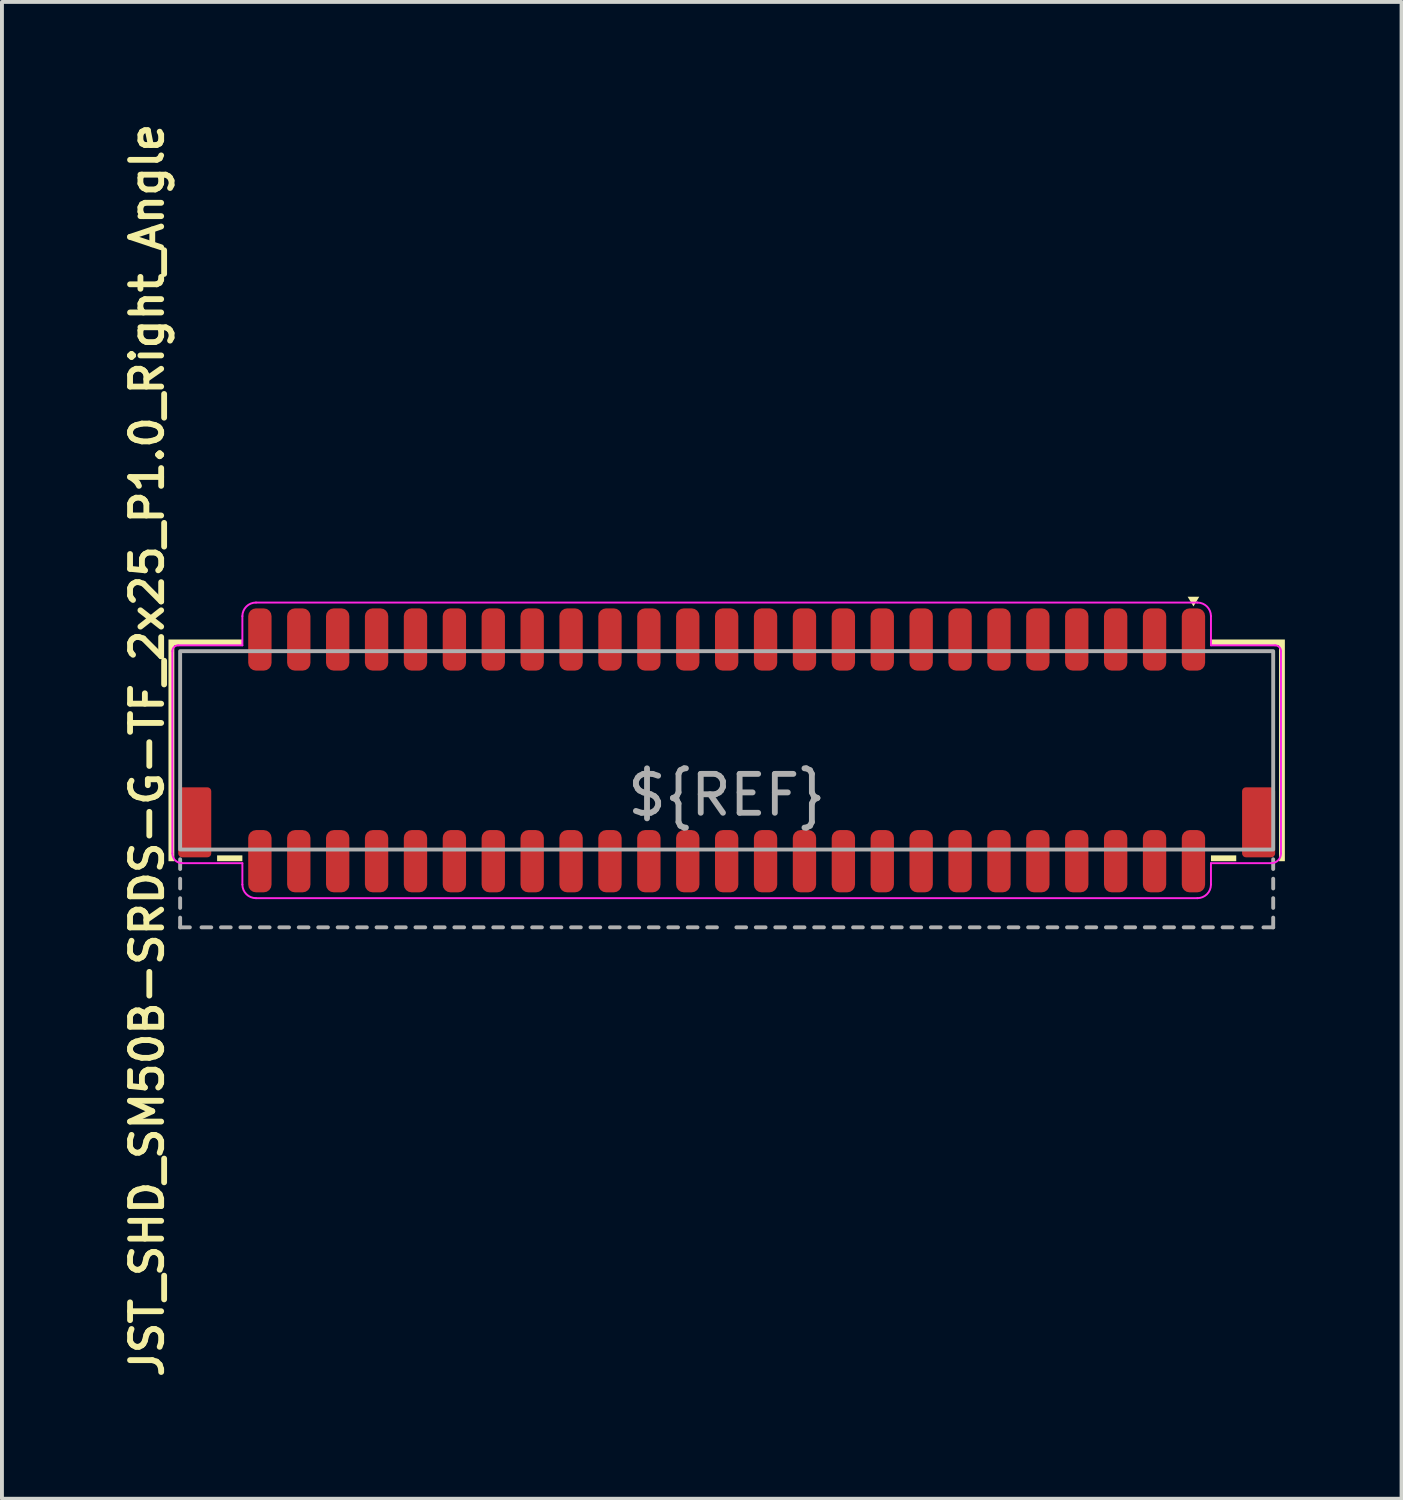
<source format=kicad_pcb>
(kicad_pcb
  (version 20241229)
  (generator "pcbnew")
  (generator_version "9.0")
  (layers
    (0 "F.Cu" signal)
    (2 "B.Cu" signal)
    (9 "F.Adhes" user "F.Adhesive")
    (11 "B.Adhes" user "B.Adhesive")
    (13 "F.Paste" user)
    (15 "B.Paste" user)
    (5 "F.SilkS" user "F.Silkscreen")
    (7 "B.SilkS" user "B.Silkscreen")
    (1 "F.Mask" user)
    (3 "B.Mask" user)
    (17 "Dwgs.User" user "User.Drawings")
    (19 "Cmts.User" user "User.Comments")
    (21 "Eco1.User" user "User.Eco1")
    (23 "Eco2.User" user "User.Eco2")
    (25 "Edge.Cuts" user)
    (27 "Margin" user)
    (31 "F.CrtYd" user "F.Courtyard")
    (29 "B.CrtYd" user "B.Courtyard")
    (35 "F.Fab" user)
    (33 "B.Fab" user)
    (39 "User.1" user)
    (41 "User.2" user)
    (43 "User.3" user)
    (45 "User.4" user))
  (footprint "JST_SHD_SM50B-SRDS-G-TF_2x25_P1.0_Right_Angle"
    (layer "F.Cu")
    (at 15.631 16.24)
    (property "Reference" "JST_SHD_SM50B-SRDS-G-TF_2x25_P1.0_Right_Angle" (at -14.9 0 90) (unlocked yes) (layer "F.SilkS") (effects (font (size 0.8 0.8) (thickness 0.15))))
    (attr through_hole)
    (fp_poly (pts (xy 12 -3.7) (xy 11.85 -3.95) (xy 12.15 -3.95)) (stroke (width 0) (type solid)) (fill yes) (layer "F.SilkS"))
    (fp_poly (pts (xy -12.45 2.85) (xy -13.1 2.85) (xy -13.1 2.7) (xy -12.45 2.7)) (stroke (width 0) (type solid)) (fill yes) (layer "F.SilkS"))
    (fp_poly (pts (xy 13.1 2.85) (xy 12.45 2.85) (xy 12.45 2.7) (xy 13.1 2.7)) (stroke (width 0) (type solid)) (fill yes) (layer "F.SilkS"))
    (fp_poly (pts (xy -14.35 2.85) (xy -14.2 2.85) (xy -14.2 -2.7) (xy -12.45 -2.7) (xy -12.45 -2.85) (xy -14.35 -2.85)) (stroke (width 0) (type solid)) (fill yes) (layer "F.SilkS"))
    (fp_poly (pts (xy 14.35 2.85) (xy 14.2 2.85) (xy 14.2 -2.7) (xy 12.45 -2.7) (xy 12.45 -2.85) (xy 14.35 -2.85)) (stroke (width 0) (type solid)) (fill yes) (layer "F.SilkS"))
    (fp_line (start -14.25 2.65) (end -14.25 -2.55) (stroke (width 0.05) (type solid)) (layer "F.CrtYd"))
    (fp_line (start -14 2.9) (end -12.45 2.9) (stroke (width 0.05) (type solid)) (layer "F.CrtYd"))
    (fp_line (start -12.45 -3.45) (end -12.45 -2.7) (stroke (width 0.05) (type solid)) (layer "F.CrtYd"))
    (fp_line (start -12.45 -2.7) (end -14.1 -2.7) (stroke (width 0.05) (type solid)) (layer "F.CrtYd"))
    (fp_line (start -12.45 2.9) (end -12.45 3.45) (stroke (width 0.05) (type solid)) (layer "F.CrtYd"))
    (fp_line (start -12.1 -3.8) (end 12.1 -3.8) (stroke (width 0.05) (type solid)) (layer "F.CrtYd"))
    (fp_line (start -12.1 3.8) (end 12.1 3.8) (stroke (width 0.05) (type solid)) (layer "F.CrtYd"))
    (fp_line (start 12.45 -2.7) (end 12.45 -3.45) (stroke (width 0.05) (type solid)) (layer "F.CrtYd"))
    (fp_line (start 12.45 2.9) (end 14 2.9) (stroke (width 0.05) (type solid)) (layer "F.CrtYd"))
    (fp_line (start 12.45 3.45) (end 12.45 2.9) (stroke (width 0.05) (type solid)) (layer "F.CrtYd"))
    (fp_line (start 14.1 -2.7) (end 12.45 -2.7) (stroke (width 0.05) (type solid)) (layer "F.CrtYd"))
    (fp_line (start 14.25 2.65) (end 14.25 -2.55) (stroke (width 0.05) (type solid)) (layer "F.CrtYd"))
    (fp_arc (start -14.25 -2.55) (mid -14.206066 -2.656066) (end -14.1 -2.7) (stroke (width 0.05) (type solid)) (layer "F.CrtYd"))
    (fp_arc (start -14 2.9) (mid -14.176777 2.826777) (end -14.25 2.65) (stroke (width 0.05) (type solid)) (layer "F.CrtYd"))
    (fp_arc (start -12.45 -3.45) (mid -12.347487 -3.697487) (end -12.1 -3.8) (stroke (width 0.05) (type solid)) (layer "F.CrtYd"))
    (fp_arc (start -12.1 3.8) (mid -12.347487 3.697487) (end -12.45 3.45) (stroke (width 0.05) (type solid)) (layer "F.CrtYd"))
    (fp_arc (start 12.1 -3.8) (mid 12.347487 -3.697487) (end 12.45 -3.45) (stroke (width 0.05) (type solid)) (layer "F.CrtYd"))
    (fp_arc (start 12.45 3.45) (mid 12.347487 3.697487) (end 12.1 3.8) (stroke (width 0.05) (type solid)) (layer "F.CrtYd"))
    (fp_arc (start 14.1 -2.7) (mid 14.206066 -2.656066) (end 14.25 -2.55) (stroke (width 0.05) (type solid)) (layer "F.CrtYd"))
    (fp_arc (start 14.25 2.65) (mid 14.176777 2.826777) (end 14 2.9) (stroke (width 0.05) (type solid)) (layer "F.CrtYd"))
    (fp_line (start -14.05 2.8) (end -14.05 3.05) (stroke (width 0.1) (type solid)) (layer "F.Fab"))
    (fp_line (start -14.05 3.3) (end -14.05 3.55) (stroke (width 0.1) (type solid)) (layer "F.Fab"))
    (fp_line (start -14.05 3.8) (end -14.05 4.05) (stroke (width 0.1) (type solid)) (layer "F.Fab"))
    (fp_line (start -14.05 4.3) (end -14.05 4.55) (stroke (width 0.1) (type solid)) (layer "F.Fab"))
    (fp_line (start -14.05 4.55) (end -13.8 4.55) (stroke (width 0.1) (type solid)) (layer "F.Fab"))
    (fp_line (start -13.5 4.55) (end -13.25 4.55) (stroke (width 0.1) (type solid)) (layer "F.Fab"))
    (fp_line (start -13 4.55) (end -12.75 4.55) (stroke (width 0.1) (type solid)) (layer "F.Fab"))
    (fp_line (start -12.5 4.55) (end -12.25 4.55) (stroke (width 0.1) (type solid)) (layer "F.Fab"))
    (fp_line (start -12 4.55) (end -11.75 4.55) (stroke (width 0.1) (type solid)) (layer "F.Fab"))
    (fp_line (start -11.5 4.55) (end -11.25 4.55) (stroke (width 0.1) (type solid)) (layer "F.Fab"))
    (fp_line (start -11 4.55) (end -10.75 4.55) (stroke (width 0.1) (type solid)) (layer "F.Fab"))
    (fp_line (start -10.5 4.55) (end -10.25 4.55) (stroke (width 0.1) (type solid)) (layer "F.Fab"))
    (fp_line (start -10 4.55) (end -9.75 4.55) (stroke (width 0.1) (type solid)) (layer "F.Fab"))
    (fp_line (start -9.5 4.55) (end -9.25 4.55) (stroke (width 0.1) (type solid)) (layer "F.Fab"))
    (fp_line (start -9 4.55) (end -8.75 4.55) (stroke (width 0.1) (type solid)) (layer "F.Fab"))
    (fp_line (start -8.5 4.55) (end -8.25 4.55) (stroke (width 0.1) (type solid)) (layer "F.Fab"))
    (fp_line (start -8 4.55) (end -7.75 4.55) (stroke (width 0.1) (type solid)) (layer "F.Fab"))
    (fp_line (start -7.5 4.55) (end -7.25 4.55) (stroke (width 0.1) (type solid)) (layer "F.Fab"))
    (fp_line (start -7 4.55) (end -6.75 4.55) (stroke (width 0.1) (type solid)) (layer "F.Fab"))
    (fp_line (start -6.5 4.55) (end -6.25 4.55) (stroke (width 0.1) (type solid)) (layer "F.Fab"))
    (fp_line (start -6 4.55) (end -5.75 4.55) (stroke (width 0.1) (type solid)) (layer "F.Fab"))
    (fp_line (start -5.5 4.55) (end -5.25 4.55) (stroke (width 0.1) (type solid)) (layer "F.Fab"))
    (fp_line (start -5 4.55) (end -4.75 4.55) (stroke (width 0.1) (type solid)) (layer "F.Fab"))
    (fp_line (start -4.5 4.55) (end -4.25 4.55) (stroke (width 0.1) (type solid)) (layer "F.Fab"))
    (fp_line (start -4 4.55) (end -3.75 4.55) (stroke (width 0.1) (type solid)) (layer "F.Fab"))
    (fp_line (start -3.5 4.55) (end -3.25 4.55) (stroke (width 0.1) (type solid)) (layer "F.Fab"))
    (fp_line (start -3 4.55) (end -2.75 4.55) (stroke (width 0.1) (type solid)) (layer "F.Fab"))
    (fp_line (start -2.5 4.55) (end -2.25 4.55) (stroke (width 0.1) (type solid)) (layer "F.Fab"))
    (fp_line (start -2 4.55) (end -1.75 4.55) (stroke (width 0.1) (type solid)) (layer "F.Fab"))
    (fp_line (start -1.5 4.55) (end -1.25 4.55) (stroke (width 0.1) (type solid)) (layer "F.Fab"))
    (fp_line (start -1 4.55) (end -0.75 4.55) (stroke (width 0.1) (type solid)) (layer "F.Fab"))
    (fp_line (start -0.5 4.55) (end -0.25 4.55) (stroke (width 0.1) (type solid)) (layer "F.Fab"))
    (fp_line (start 0.25 4.55) (end 0.5 4.55) (stroke (width 0.1) (type solid)) (layer "F.Fab"))
    (fp_line (start 0.75 4.55) (end 1 4.55) (stroke (width 0.1) (type solid)) (layer "F.Fab"))
    (fp_line (start 1.25 4.55) (end 1.5 4.55) (stroke (width 0.1) (type solid)) (layer "F.Fab"))
    (fp_line (start 1.75 4.55) (end 2 4.55) (stroke (width 0.1) (type solid)) (layer "F.Fab"))
    (fp_line (start 2.25 4.55) (end 2.5 4.55) (stroke (width 0.1) (type solid)) (layer "F.Fab"))
    (fp_line (start 2.75 4.55) (end 3 4.55) (stroke (width 0.1) (type solid)) (layer "F.Fab"))
    (fp_line (start 3.25 4.55) (end 3.5 4.55) (stroke (width 0.1) (type solid)) (layer "F.Fab"))
    (fp_line (start 3.75 4.55) (end 4 4.55) (stroke (width 0.1) (type solid)) (layer "F.Fab"))
    (fp_line (start 4.25 4.55) (end 4.5 4.55) (stroke (width 0.1) (type solid)) (layer "F.Fab"))
    (fp_line (start 4.75 4.55) (end 5 4.55) (stroke (width 0.1) (type solid)) (layer "F.Fab"))
    (fp_line (start 5.25 4.55) (end 5.5 4.55) (stroke (width 0.1) (type solid)) (layer "F.Fab"))
    (fp_line (start 5.75 4.55) (end 6 4.55) (stroke (width 0.1) (type solid)) (layer "F.Fab"))
    (fp_line (start 6.25 4.55) (end 6.5 4.55) (stroke (width 0.1) (type solid)) (layer "F.Fab"))
    (fp_line (start 6.75 4.55) (end 7 4.55) (stroke (width 0.1) (type solid)) (layer "F.Fab"))
    (fp_line (start 7.25 4.55) (end 7.5 4.55) (stroke (width 0.1) (type solid)) (layer "F.Fab"))
    (fp_line (start 7.75 4.55) (end 8 4.55) (stroke (width 0.1) (type solid)) (layer "F.Fab"))
    (fp_line (start 8.25 4.55) (end 8.5 4.55) (stroke (width 0.1) (type solid)) (layer "F.Fab"))
    (fp_line (start 8.75 4.55) (end 9 4.55) (stroke (width 0.1) (type solid)) (layer "F.Fab"))
    (fp_line (start 9.25 4.55) (end 9.5 4.55) (stroke (width 0.1) (type solid)) (layer "F.Fab"))
    (fp_line (start 9.75 4.55) (end 10 4.55) (stroke (width 0.1) (type solid)) (layer "F.Fab"))
    (fp_line (start 10.25 4.55) (end 10.5 4.55) (stroke (width 0.1) (type solid)) (layer "F.Fab"))
    (fp_line (start 10.75 4.55) (end 11 4.55) (stroke (width 0.1) (type solid)) (layer "F.Fab"))
    (fp_line (start 11.25 4.55) (end 11.5 4.55) (stroke (width 0.1) (type solid)) (layer "F.Fab"))
    (fp_line (start 11.75 4.55) (end 12 4.55) (stroke (width 0.1) (type solid)) (layer "F.Fab"))
    (fp_line (start 12.25 4.55) (end 12.5 4.55) (stroke (width 0.1) (type solid)) (layer "F.Fab"))
    (fp_line (start 12.75 4.55) (end 13 4.55) (stroke (width 0.1) (type solid)) (layer "F.Fab"))
    (fp_line (start 13.25 4.55) (end 13.5 4.55) (stroke (width 0.1) (type solid)) (layer "F.Fab"))
    (fp_line (start 14.05 2.8) (end 14.05 3.05) (stroke (width 0.1) (type solid)) (layer "F.Fab"))
    (fp_line (start 14.05 3.3) (end 14.05 3.55) (stroke (width 0.1) (type solid)) (layer "F.Fab"))
    (fp_line (start 14.05 3.8) (end 14.05 4.05) (stroke (width 0.1) (type solid)) (layer "F.Fab"))
    (fp_line (start 14.05 4.3) (end 14.05 4.55) (stroke (width 0.1) (type solid)) (layer "F.Fab"))
    (fp_line (start 14.05 4.55) (end 13.8 4.55) (stroke (width 0.1) (type solid)) (layer "F.Fab"))
    (fp_rect (start -14.05 2.55) (end 14.05 -2.55) (stroke (width 0.1) (type solid)) (fill no) (layer "F.Fab"))
    (fp_text user "${REF}" (at 0 1.15 0) (unlocked yes) (layer "F.Fab") (effects (font (size 1 1) (thickness 0.15))))
    (pad "1" smd roundrect (at 12 -2.85) (size 0.6 1.6) (layers "F.Cu" "F.Mask" "F.Paste") (roundrect_rratio 0.333))
    (pad "2" smd roundrect (at 12 2.85) (size 0.6 1.6) (layers "F.Cu" "F.Mask" "F.Paste") (roundrect_rratio 0.333))
    (pad "3" smd roundrect (at 11 -2.85) (size 0.6 1.6) (layers "F.Cu" "F.Mask" "F.Paste") (roundrect_rratio 0.333))
    (pad "4" smd roundrect (at 11 2.85) (size 0.6 1.6) (layers "F.Cu" "F.Mask" "F.Paste") (roundrect_rratio 0.333))
    (pad "5" smd roundrect (at 10 -2.85) (size 0.6 1.6) (layers "F.Cu" "F.Mask" "F.Paste") (roundrect_rratio 0.333))
    (pad "6" smd roundrect (at 10 2.85) (size 0.6 1.6) (layers "F.Cu" "F.Mask" "F.Paste") (roundrect_rratio 0.333))
    (pad "7" smd roundrect (at 9 -2.85) (size 0.6 1.6) (layers "F.Cu" "F.Mask" "F.Paste") (roundrect_rratio 0.333))
    (pad "8" smd roundrect (at 9 2.85) (size 0.6 1.6) (layers "F.Cu" "F.Mask" "F.Paste") (roundrect_rratio 0.333))
    (pad "9" smd roundrect (at 8 -2.85) (size 0.6 1.6) (layers "F.Cu" "F.Mask" "F.Paste") (roundrect_rratio 0.333))
    (pad "10" smd roundrect (at 8 2.85) (size 0.6 1.6) (layers "F.Cu" "F.Mask" "F.Paste") (roundrect_rratio 0.333))
    (pad "11" smd roundrect (at 7 -2.85) (size 0.6 1.6) (layers "F.Cu" "F.Mask" "F.Paste") (roundrect_rratio 0.333))
    (pad "12" smd roundrect (at 7 2.85) (size 0.6 1.6) (layers "F.Cu" "F.Mask" "F.Paste") (roundrect_rratio 0.333))
    (pad "13" smd roundrect (at 6 -2.85) (size 0.6 1.6) (layers "F.Cu" "F.Mask" "F.Paste") (roundrect_rratio 0.333))
    (pad "14" smd roundrect (at 6 2.85) (size 0.6 1.6) (layers "F.Cu" "F.Mask" "F.Paste") (roundrect_rratio 0.333))
    (pad "15" smd roundrect (at 5 -2.85) (size 0.6 1.6) (layers "F.Cu" "F.Mask" "F.Paste") (roundrect_rratio 0.333))
    (pad "16" smd roundrect (at 5 2.85) (size 0.6 1.6) (layers "F.Cu" "F.Mask" "F.Paste") (roundrect_rratio 0.333))
    (pad "17" smd roundrect (at 4 -2.85) (size 0.6 1.6) (layers "F.Cu" "F.Mask" "F.Paste") (roundrect_rratio 0.333))
    (pad "18" smd roundrect (at 4 2.85) (size 0.6 1.6) (layers "F.Cu" "F.Mask" "F.Paste") (roundrect_rratio 0.333))
    (pad "19" smd roundrect (at 3 -2.85) (size 0.6 1.6) (layers "F.Cu" "F.Mask" "F.Paste") (roundrect_rratio 0.333))
    (pad "20" smd roundrect (at 3 2.85) (size 0.6 1.6) (layers "F.Cu" "F.Mask" "F.Paste") (roundrect_rratio 0.333))
    (pad "21" smd roundrect (at 2 -2.85) (size 0.6 1.6) (layers "F.Cu" "F.Mask" "F.Paste") (roundrect_rratio 0.333))
    (pad "22" smd roundrect (at 2 2.85) (size 0.6 1.6) (layers "F.Cu" "F.Mask" "F.Paste") (roundrect_rratio 0.333))
    (pad "23" smd roundrect (at 1 -2.85) (size 0.6 1.6) (layers "F.Cu" "F.Mask" "F.Paste") (roundrect_rratio 0.333))
    (pad "24" smd roundrect (at 1 2.85) (size 0.6 1.6) (layers "F.Cu" "F.Mask" "F.Paste") (roundrect_rratio 0.333))
    (pad "25" smd roundrect (at 0 -2.85) (size 0.6 1.6) (layers "F.Cu" "F.Mask" "F.Paste") (roundrect_rratio 0.333))
    (pad "26" smd roundrect (at 0 2.85) (size 0.6 1.6) (layers "F.Cu" "F.Mask" "F.Paste") (roundrect_rratio 0.333))
    (pad "27" smd roundrect (at -1 -2.85) (size 0.6 1.6) (layers "F.Cu" "F.Mask" "F.Paste") (roundrect_rratio 0.333))
    (pad "28" smd roundrect (at -1 2.85) (size 0.6 1.6) (layers "F.Cu" "F.Mask" "F.Paste") (roundrect_rratio 0.333))
    (pad "29" smd roundrect (at -2 -2.85) (size 0.6 1.6) (layers "F.Cu" "F.Mask" "F.Paste") (roundrect_rratio 0.333))
    (pad "30" smd roundrect (at -2 2.85) (size 0.6 1.6) (layers "F.Cu" "F.Mask" "F.Paste") (roundrect_rratio 0.333))
    (pad "31" smd roundrect (at -3 -2.85) (size 0.6 1.6) (layers "F.Cu" "F.Mask" "F.Paste") (roundrect_rratio 0.333))
    (pad "32" smd roundrect (at -3 2.85) (size 0.6 1.6) (layers "F.Cu" "F.Mask" "F.Paste") (roundrect_rratio 0.333))
    (pad "33" smd roundrect (at -4 -2.85) (size 0.6 1.6) (layers "F.Cu" "F.Mask" "F.Paste") (roundrect_rratio 0.333))
    (pad "34" smd roundrect (at -4 2.85) (size 0.6 1.6) (layers "F.Cu" "F.Mask" "F.Paste") (roundrect_rratio 0.333))
    (pad "35" smd roundrect (at -5 -2.85) (size 0.6 1.6) (layers "F.Cu" "F.Mask" "F.Paste") (roundrect_rratio 0.333))
    (pad "36" smd roundrect (at -5 2.85) (size 0.6 1.6) (layers "F.Cu" "F.Mask" "F.Paste") (roundrect_rratio 0.333))
    (pad "37" smd roundrect (at -6 -2.85) (size 0.6 1.6) (layers "F.Cu" "F.Mask" "F.Paste") (roundrect_rratio 0.333))
    (pad "38" smd roundrect (at -6 2.85) (size 0.6 1.6) (layers "F.Cu" "F.Mask" "F.Paste") (roundrect_rratio 0.333))
    (pad "39" smd roundrect (at -7 -2.85) (size 0.6 1.6) (layers "F.Cu" "F.Mask" "F.Paste") (roundrect_rratio 0.333))
    (pad "40" smd roundrect (at -7 2.85) (size 0.6 1.6) (layers "F.Cu" "F.Mask" "F.Paste") (roundrect_rratio 0.333))
    (pad "41" smd roundrect (at -8 -2.85) (size 0.6 1.6) (layers "F.Cu" "F.Mask" "F.Paste") (roundrect_rratio 0.333))
    (pad "42" smd roundrect (at -8 2.85) (size 0.6 1.6) (layers "F.Cu" "F.Mask" "F.Paste") (roundrect_rratio 0.333))
    (pad "43" smd roundrect (at -9 -2.85) (size 0.6 1.6) (layers "F.Cu" "F.Mask" "F.Paste") (roundrect_rratio 0.333))
    (pad "44" smd roundrect (at -9 2.85) (size 0.6 1.6) (layers "F.Cu" "F.Mask" "F.Paste") (roundrect_rratio 0.333))
    (pad "45" smd roundrect (at -10 -2.85) (size 0.6 1.6) (layers "F.Cu" "F.Mask" "F.Paste") (roundrect_rratio 0.333))
    (pad "46" smd roundrect (at -10 2.85) (size 0.6 1.6) (layers "F.Cu" "F.Mask" "F.Paste") (roundrect_rratio 0.333))
    (pad "47" smd roundrect (at -11 -2.85) (size 0.6 1.6) (layers "F.Cu" "F.Mask" "F.Paste") (roundrect_rratio 0.333))
    (pad "48" smd roundrect (at -11 2.85) (size 0.6 1.6) (layers "F.Cu" "F.Mask" "F.Paste") (roundrect_rratio 0.333))
    (pad "49" smd roundrect (at -12 -2.85) (size 0.6 1.6) (layers "F.Cu" "F.Mask" "F.Paste") (roundrect_rratio 0.333))
    (pad "50" smd roundrect (at -12 2.85) (size 0.6 1.6) (layers "F.Cu" "F.Mask" "F.Paste") (roundrect_rratio 0.333))
    (pad "MP" smd roundrect (at -13.675 1.85) (size 0.85 1.8) (layers "F.Cu" "F.Mask" "F.Paste") (roundrect_rratio 0.118))
    (pad "MP" smd roundrect (at 13.675 1.85) (size 0.85 1.8) (layers "F.Cu" "F.Mask" "F.Paste") (roundrect_rratio 0.118)))
  (gr_rect
    (start -3 -3)
    (end 32.981 35.48)
    (stroke (width 0.1) (type default))
    (fill no)
    (layer "Edge.Cuts")))
</source>
